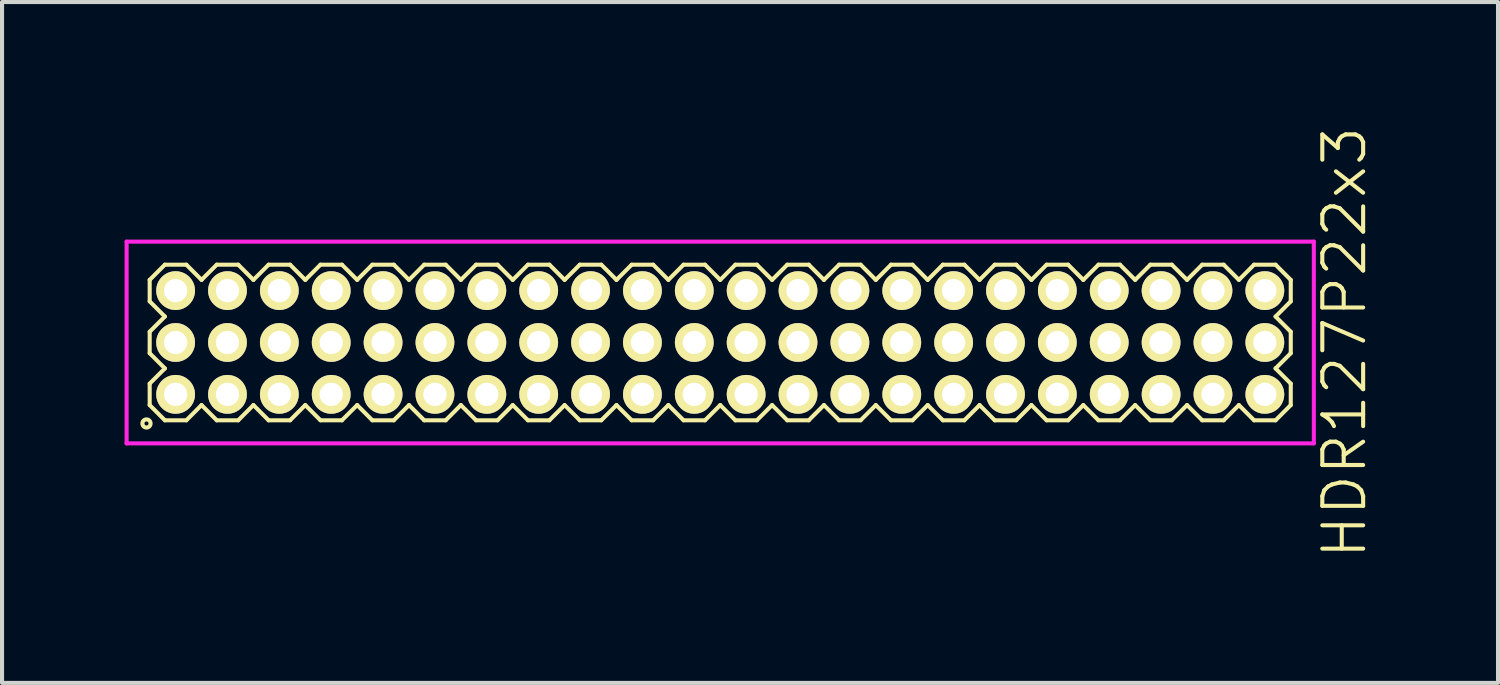
<source format=kicad_pcb>
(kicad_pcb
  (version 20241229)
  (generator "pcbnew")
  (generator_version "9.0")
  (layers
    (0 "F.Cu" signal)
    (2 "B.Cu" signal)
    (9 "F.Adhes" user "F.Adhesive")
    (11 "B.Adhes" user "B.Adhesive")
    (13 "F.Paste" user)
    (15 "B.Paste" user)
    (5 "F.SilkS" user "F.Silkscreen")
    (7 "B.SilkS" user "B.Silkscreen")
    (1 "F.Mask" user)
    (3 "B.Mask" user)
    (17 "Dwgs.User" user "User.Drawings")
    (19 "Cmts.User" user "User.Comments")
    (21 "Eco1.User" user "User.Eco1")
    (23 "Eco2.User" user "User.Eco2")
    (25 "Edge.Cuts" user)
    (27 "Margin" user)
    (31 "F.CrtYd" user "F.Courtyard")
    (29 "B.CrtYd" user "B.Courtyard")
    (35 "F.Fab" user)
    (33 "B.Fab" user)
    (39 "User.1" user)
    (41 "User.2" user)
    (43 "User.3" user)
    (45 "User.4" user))
  (footprint "HDR127P22x3"
    (layer "F.Cu")
    (at 14.585 5.336)
    (property "Reference" "HDR127P22x3" (at 15.285 0 90) (layer "F.SilkS") (effects (font (size 1 1) (thickness 0.1))))
    (attr through_hole)
    (fp_line (start -13.97 -1.533) (end -13.598 -1.905) (stroke (width 0.1) (type solid)) (layer "F.SilkS"))
    (fp_line (start -13.97 -1.007) (end -13.97 -1.533) (stroke (width 0.1) (type solid)) (layer "F.SilkS"))
    (fp_line (start -13.97 -0.263) (end -13.598 -0.635) (stroke (width 0.1) (type solid)) (layer "F.SilkS"))
    (fp_line (start -13.97 0.263) (end -13.97 -0.263) (stroke (width 0.1) (type solid)) (layer "F.SilkS"))
    (fp_line (start -13.97 1.007) (end -13.598 0.635) (stroke (width 0.1) (type solid)) (layer "F.SilkS"))
    (fp_line (start -13.97 1.533) (end -13.97 1.007) (stroke (width 0.1) (type solid)) (layer "F.SilkS"))
    (fp_line (start -13.598 -1.905) (end -13.072 -1.905) (stroke (width 0.1) (type solid)) (layer "F.SilkS"))
    (fp_line (start -13.598 -0.635) (end -13.97 -1.007) (stroke (width 0.1) (type solid)) (layer "F.SilkS"))
    (fp_line (start -13.598 0.635) (end -13.97 0.263) (stroke (width 0.1) (type solid)) (layer "F.SilkS"))
    (fp_line (start -13.598 1.905) (end -13.97 1.533) (stroke (width 0.1) (type solid)) (layer "F.SilkS"))
    (fp_line (start -13.072 -1.905) (end -12.7 -1.533) (stroke (width 0.1) (type solid)) (layer "F.SilkS"))
    (fp_line (start -13.072 1.905) (end -13.598 1.905) (stroke (width 0.1) (type solid)) (layer "F.SilkS"))
    (fp_line (start -12.7 -1.533) (end -12.328 -1.905) (stroke (width 0.1) (type solid)) (layer "F.SilkS"))
    (fp_line (start -12.7 1.533) (end -13.072 1.905) (stroke (width 0.1) (type solid)) (layer "F.SilkS"))
    (fp_line (start -12.328 -1.905) (end -11.802 -1.905) (stroke (width 0.1) (type solid)) (layer "F.SilkS"))
    (fp_line (start -12.328 1.905) (end -12.7 1.533) (stroke (width 0.1) (type solid)) (layer "F.SilkS"))
    (fp_line (start -11.802 -1.905) (end -11.43 -1.533) (stroke (width 0.1) (type solid)) (layer "F.SilkS"))
    (fp_line (start -11.802 1.905) (end -12.328 1.905) (stroke (width 0.1) (type solid)) (layer "F.SilkS"))
    (fp_line (start -11.43 -1.533) (end -11.058 -1.905) (stroke (width 0.1) (type solid)) (layer "F.SilkS"))
    (fp_line (start -11.43 1.533) (end -11.802 1.905) (stroke (width 0.1) (type solid)) (layer "F.SilkS"))
    (fp_line (start -11.058 -1.905) (end -10.532 -1.905) (stroke (width 0.1) (type solid)) (layer "F.SilkS"))
    (fp_line (start -11.058 1.905) (end -11.43 1.533) (stroke (width 0.1) (type solid)) (layer "F.SilkS"))
    (fp_line (start -10.532 -1.905) (end -10.16 -1.533) (stroke (width 0.1) (type solid)) (layer "F.SilkS"))
    (fp_line (start -10.532 1.905) (end -11.058 1.905) (stroke (width 0.1) (type solid)) (layer "F.SilkS"))
    (fp_line (start -10.16 -1.533) (end -9.788 -1.905) (stroke (width 0.1) (type solid)) (layer "F.SilkS"))
    (fp_line (start -10.16 1.533) (end -10.532 1.905) (stroke (width 0.1) (type solid)) (layer "F.SilkS"))
    (fp_line (start -9.788 -1.905) (end -9.262 -1.905) (stroke (width 0.1) (type solid)) (layer "F.SilkS"))
    (fp_line (start -9.788 1.905) (end -10.16 1.533) (stroke (width 0.1) (type solid)) (layer "F.SilkS"))
    (fp_line (start -9.262 -1.905) (end -8.89 -1.533) (stroke (width 0.1) (type solid)) (layer "F.SilkS"))
    (fp_line (start -9.262 1.905) (end -9.788 1.905) (stroke (width 0.1) (type solid)) (layer "F.SilkS"))
    (fp_line (start -8.89 -1.533) (end -8.518 -1.905) (stroke (width 0.1) (type solid)) (layer "F.SilkS"))
    (fp_line (start -8.89 1.533) (end -9.262 1.905) (stroke (width 0.1) (type solid)) (layer "F.SilkS"))
    (fp_line (start -8.518 -1.905) (end -7.992 -1.905) (stroke (width 0.1) (type solid)) (layer "F.SilkS"))
    (fp_line (start -8.518 1.905) (end -8.89 1.533) (stroke (width 0.1) (type solid)) (layer "F.SilkS"))
    (fp_line (start -7.992 -1.905) (end -7.62 -1.533) (stroke (width 0.1) (type solid)) (layer "F.SilkS"))
    (fp_line (start -7.992 1.905) (end -8.518 1.905) (stroke (width 0.1) (type solid)) (layer "F.SilkS"))
    (fp_line (start -7.62 -1.533) (end -7.248 -1.905) (stroke (width 0.1) (type solid)) (layer "F.SilkS"))
    (fp_line (start -7.62 1.533) (end -7.992 1.905) (stroke (width 0.1) (type solid)) (layer "F.SilkS"))
    (fp_line (start -7.248 -1.905) (end -6.722 -1.905) (stroke (width 0.1) (type solid)) (layer "F.SilkS"))
    (fp_line (start -7.248 1.905) (end -7.62 1.533) (stroke (width 0.1) (type solid)) (layer "F.SilkS"))
    (fp_line (start -6.722 -1.905) (end -6.35 -1.533) (stroke (width 0.1) (type solid)) (layer "F.SilkS"))
    (fp_line (start -6.722 1.905) (end -7.248 1.905) (stroke (width 0.1) (type solid)) (layer "F.SilkS"))
    (fp_line (start -6.35 -1.533) (end -5.978 -1.905) (stroke (width 0.1) (type solid)) (layer "F.SilkS"))
    (fp_line (start -6.35 1.533) (end -6.722 1.905) (stroke (width 0.1) (type solid)) (layer "F.SilkS"))
    (fp_line (start -5.978 -1.905) (end -5.452 -1.905) (stroke (width 0.1) (type solid)) (layer "F.SilkS"))
    (fp_line (start -5.978 1.905) (end -6.35 1.533) (stroke (width 0.1) (type solid)) (layer "F.SilkS"))
    (fp_line (start -5.452 -1.905) (end -5.08 -1.533) (stroke (width 0.1) (type solid)) (layer "F.SilkS"))
    (fp_line (start -5.452 1.905) (end -5.978 1.905) (stroke (width 0.1) (type solid)) (layer "F.SilkS"))
    (fp_line (start -5.08 -1.533) (end -4.708 -1.905) (stroke (width 0.1) (type solid)) (layer "F.SilkS"))
    (fp_line (start -5.08 1.533) (end -5.452 1.905) (stroke (width 0.1) (type solid)) (layer "F.SilkS"))
    (fp_line (start -4.708 -1.905) (end -4.182 -1.905) (stroke (width 0.1) (type solid)) (layer "F.SilkS"))
    (fp_line (start -4.708 1.905) (end -5.08 1.533) (stroke (width 0.1) (type solid)) (layer "F.SilkS"))
    (fp_line (start -4.182 -1.905) (end -3.81 -1.533) (stroke (width 0.1) (type solid)) (layer "F.SilkS"))
    (fp_line (start -4.182 1.905) (end -4.708 1.905) (stroke (width 0.1) (type solid)) (layer "F.SilkS"))
    (fp_line (start -3.81 -1.533) (end -3.438 -1.905) (stroke (width 0.1) (type solid)) (layer "F.SilkS"))
    (fp_line (start -3.81 1.533) (end -4.182 1.905) (stroke (width 0.1) (type solid)) (layer "F.SilkS"))
    (fp_line (start -3.438 -1.905) (end -2.912 -1.905) (stroke (width 0.1) (type solid)) (layer "F.SilkS"))
    (fp_line (start -3.438 1.905) (end -3.81 1.533) (stroke (width 0.1) (type solid)) (layer "F.SilkS"))
    (fp_line (start -2.912 -1.905) (end -2.54 -1.533) (stroke (width 0.1) (type solid)) (layer "F.SilkS"))
    (fp_line (start -2.912 1.905) (end -3.438 1.905) (stroke (width 0.1) (type solid)) (layer "F.SilkS"))
    (fp_line (start -2.54 -1.533) (end -2.168 -1.905) (stroke (width 0.1) (type solid)) (layer "F.SilkS"))
    (fp_line (start -2.54 1.533) (end -2.912 1.905) (stroke (width 0.1) (type solid)) (layer "F.SilkS"))
    (fp_line (start -2.168 -1.905) (end -1.642 -1.905) (stroke (width 0.1) (type solid)) (layer "F.SilkS"))
    (fp_line (start -2.168 1.905) (end -2.54 1.533) (stroke (width 0.1) (type solid)) (layer "F.SilkS"))
    (fp_line (start -1.642 -1.905) (end -1.27 -1.533) (stroke (width 0.1) (type solid)) (layer "F.SilkS"))
    (fp_line (start -1.642 1.905) (end -2.168 1.905) (stroke (width 0.1) (type solid)) (layer "F.SilkS"))
    (fp_line (start -1.27 -1.533) (end -0.898 -1.905) (stroke (width 0.1) (type solid)) (layer "F.SilkS"))
    (fp_line (start -1.27 1.533) (end -1.642 1.905) (stroke (width 0.1) (type solid)) (layer "F.SilkS"))
    (fp_line (start -0.898 -1.905) (end -0.372 -1.905) (stroke (width 0.1) (type solid)) (layer "F.SilkS"))
    (fp_line (start -0.898 1.905) (end -1.27 1.533) (stroke (width 0.1) (type solid)) (layer "F.SilkS"))
    (fp_line (start -0.372 -1.905) (end 0 -1.533) (stroke (width 0.1) (type solid)) (layer "F.SilkS"))
    (fp_line (start -0.372 1.905) (end -0.898 1.905) (stroke (width 0.1) (type solid)) (layer "F.SilkS"))
    (fp_line (start 0 -1.533) (end 0.372 -1.905) (stroke (width 0.1) (type solid)) (layer "F.SilkS"))
    (fp_line (start 0 1.533) (end -0.372 1.905) (stroke (width 0.1) (type solid)) (layer "F.SilkS"))
    (fp_line (start 0.372 -1.905) (end 0.898 -1.905) (stroke (width 0.1) (type solid)) (layer "F.SilkS"))
    (fp_line (start 0.372 1.905) (end 0 1.533) (stroke (width 0.1) (type solid)) (layer "F.SilkS"))
    (fp_line (start 0.898 -1.905) (end 1.27 -1.533) (stroke (width 0.1) (type solid)) (layer "F.SilkS"))
    (fp_line (start 0.898 1.905) (end 0.372 1.905) (stroke (width 0.1) (type solid)) (layer "F.SilkS"))
    (fp_line (start 1.27 -1.533) (end 1.642 -1.905) (stroke (width 0.1) (type solid)) (layer "F.SilkS"))
    (fp_line (start 1.27 1.533) (end 0.898 1.905) (stroke (width 0.1) (type solid)) (layer "F.SilkS"))
    (fp_line (start 1.642 -1.905) (end 2.168 -1.905) (stroke (width 0.1) (type solid)) (layer "F.SilkS"))
    (fp_line (start 1.642 1.905) (end 1.27 1.533) (stroke (width 0.1) (type solid)) (layer "F.SilkS"))
    (fp_line (start 2.168 -1.905) (end 2.54 -1.533) (stroke (width 0.1) (type solid)) (layer "F.SilkS"))
    (fp_line (start 2.168 1.905) (end 1.642 1.905) (stroke (width 0.1) (type solid)) (layer "F.SilkS"))
    (fp_line (start 2.54 -1.533) (end 2.912 -1.905) (stroke (width 0.1) (type solid)) (layer "F.SilkS"))
    (fp_line (start 2.54 1.533) (end 2.168 1.905) (stroke (width 0.1) (type solid)) (layer "F.SilkS"))
    (fp_line (start 2.912 -1.905) (end 3.438 -1.905) (stroke (width 0.1) (type solid)) (layer "F.SilkS"))
    (fp_line (start 2.912 1.905) (end 2.54 1.533) (stroke (width 0.1) (type solid)) (layer "F.SilkS"))
    (fp_line (start 3.438 -1.905) (end 3.81 -1.533) (stroke (width 0.1) (type solid)) (layer "F.SilkS"))
    (fp_line (start 3.438 1.905) (end 2.912 1.905) (stroke (width 0.1) (type solid)) (layer "F.SilkS"))
    (fp_line (start 3.81 -1.533) (end 4.182 -1.905) (stroke (width 0.1) (type solid)) (layer "F.SilkS"))
    (fp_line (start 3.81 1.533) (end 3.438 1.905) (stroke (width 0.1) (type solid)) (layer "F.SilkS"))
    (fp_line (start 4.182 -1.905) (end 4.708 -1.905) (stroke (width 0.1) (type solid)) (layer "F.SilkS"))
    (fp_line (start 4.182 1.905) (end 3.81 1.533) (stroke (width 0.1) (type solid)) (layer "F.SilkS"))
    (fp_line (start 4.708 -1.905) (end 5.08 -1.533) (stroke (width 0.1) (type solid)) (layer "F.SilkS"))
    (fp_line (start 4.708 1.905) (end 4.182 1.905) (stroke (width 0.1) (type solid)) (layer "F.SilkS"))
    (fp_line (start 5.08 -1.533) (end 5.452 -1.905) (stroke (width 0.1) (type solid)) (layer "F.SilkS"))
    (fp_line (start 5.08 1.533) (end 4.708 1.905) (stroke (width 0.1) (type solid)) (layer "F.SilkS"))
    (fp_line (start 5.452 -1.905) (end 5.978 -1.905) (stroke (width 0.1) (type solid)) (layer "F.SilkS"))
    (fp_line (start 5.452 1.905) (end 5.08 1.533) (stroke (width 0.1) (type solid)) (layer "F.SilkS"))
    (fp_line (start 5.978 -1.905) (end 6.35 -1.533) (stroke (width 0.1) (type solid)) (layer "F.SilkS"))
    (fp_line (start 5.978 1.905) (end 5.452 1.905) (stroke (width 0.1) (type solid)) (layer "F.SilkS"))
    (fp_line (start 6.35 -1.533) (end 6.722 -1.905) (stroke (width 0.1) (type solid)) (layer "F.SilkS"))
    (fp_line (start 6.35 1.533) (end 5.978 1.905) (stroke (width 0.1) (type solid)) (layer "F.SilkS"))
    (fp_line (start 6.722 -1.905) (end 7.248 -1.905) (stroke (width 0.1) (type solid)) (layer "F.SilkS"))
    (fp_line (start 6.722 1.905) (end 6.35 1.533) (stroke (width 0.1) (type solid)) (layer "F.SilkS"))
    (fp_line (start 7.248 -1.905) (end 7.62 -1.533) (stroke (width 0.1) (type solid)) (layer "F.SilkS"))
    (fp_line (start 7.248 1.905) (end 6.722 1.905) (stroke (width 0.1) (type solid)) (layer "F.SilkS"))
    (fp_line (start 7.62 -1.533) (end 7.992 -1.905) (stroke (width 0.1) (type solid)) (layer "F.SilkS"))
    (fp_line (start 7.62 1.533) (end 7.248 1.905) (stroke (width 0.1) (type solid)) (layer "F.SilkS"))
    (fp_line (start 7.992 -1.905) (end 8.518 -1.905) (stroke (width 0.1) (type solid)) (layer "F.SilkS"))
    (fp_line (start 7.992 1.905) (end 7.62 1.533) (stroke (width 0.1) (type solid)) (layer "F.SilkS"))
    (fp_line (start 8.518 -1.905) (end 8.89 -1.533) (stroke (width 0.1) (type solid)) (layer "F.SilkS"))
    (fp_line (start 8.518 1.905) (end 7.992 1.905) (stroke (width 0.1) (type solid)) (layer "F.SilkS"))
    (fp_line (start 8.89 -1.533) (end 9.262 -1.905) (stroke (width 0.1) (type solid)) (layer "F.SilkS"))
    (fp_line (start 8.89 1.533) (end 8.518 1.905) (stroke (width 0.1) (type solid)) (layer "F.SilkS"))
    (fp_line (start 9.262 -1.905) (end 9.788 -1.905) (stroke (width 0.1) (type solid)) (layer "F.SilkS"))
    (fp_line (start 9.262 1.905) (end 8.89 1.533) (stroke (width 0.1) (type solid)) (layer "F.SilkS"))
    (fp_line (start 9.788 -1.905) (end 10.16 -1.533) (stroke (width 0.1) (type solid)) (layer "F.SilkS"))
    (fp_line (start 9.788 1.905) (end 9.262 1.905) (stroke (width 0.1) (type solid)) (layer "F.SilkS"))
    (fp_line (start 10.16 -1.533) (end 10.532 -1.905) (stroke (width 0.1) (type solid)) (layer "F.SilkS"))
    (fp_line (start 10.16 1.533) (end 9.788 1.905) (stroke (width 0.1) (type solid)) (layer "F.SilkS"))
    (fp_line (start 10.532 -1.905) (end 11.058 -1.905) (stroke (width 0.1) (type solid)) (layer "F.SilkS"))
    (fp_line (start 10.532 1.905) (end 10.16 1.533) (stroke (width 0.1) (type solid)) (layer "F.SilkS"))
    (fp_line (start 11.058 -1.905) (end 11.43 -1.533) (stroke (width 0.1) (type solid)) (layer "F.SilkS"))
    (fp_line (start 11.058 1.905) (end 10.532 1.905) (stroke (width 0.1) (type solid)) (layer "F.SilkS"))
    (fp_line (start 11.43 -1.533) (end 11.802 -1.905) (stroke (width 0.1) (type solid)) (layer "F.SilkS"))
    (fp_line (start 11.43 1.533) (end 11.058 1.905) (stroke (width 0.1) (type solid)) (layer "F.SilkS"))
    (fp_line (start 11.802 -1.905) (end 12.328 -1.905) (stroke (width 0.1) (type solid)) (layer "F.SilkS"))
    (fp_line (start 11.802 1.905) (end 11.43 1.533) (stroke (width 0.1) (type solid)) (layer "F.SilkS"))
    (fp_line (start 12.328 -1.905) (end 12.7 -1.533) (stroke (width 0.1) (type solid)) (layer "F.SilkS"))
    (fp_line (start 12.328 1.905) (end 11.802 1.905) (stroke (width 0.1) (type solid)) (layer "F.SilkS"))
    (fp_line (start 12.7 -1.533) (end 13.072 -1.905) (stroke (width 0.1) (type solid)) (layer "F.SilkS"))
    (fp_line (start 12.7 1.533) (end 12.328 1.905) (stroke (width 0.1) (type solid)) (layer "F.SilkS"))
    (fp_line (start 13.072 -1.905) (end 13.598 -1.905) (stroke (width 0.1) (type solid)) (layer "F.SilkS"))
    (fp_line (start 13.072 1.905) (end 12.7 1.533) (stroke (width 0.1) (type solid)) (layer "F.SilkS"))
    (fp_line (start 13.598 -1.905) (end 13.97 -1.533) (stroke (width 0.1) (type solid)) (layer "F.SilkS"))
    (fp_line (start 13.598 -0.635) (end 13.97 -0.263) (stroke (width 0.1) (type solid)) (layer "F.SilkS"))
    (fp_line (start 13.598 0.635) (end 13.97 1.007) (stroke (width 0.1) (type solid)) (layer "F.SilkS"))
    (fp_line (start 13.598 1.905) (end 13.072 1.905) (stroke (width 0.1) (type solid)) (layer "F.SilkS"))
    (fp_line (start 13.97 -1.533) (end 13.97 -1.007) (stroke (width 0.1) (type solid)) (layer "F.SilkS"))
    (fp_line (start 13.97 -1.007) (end 13.598 -0.635) (stroke (width 0.1) (type solid)) (layer "F.SilkS"))
    (fp_line (start 13.97 -0.263) (end 13.97 0.263) (stroke (width 0.1) (type solid)) (layer "F.SilkS"))
    (fp_line (start 13.97 0.263) (end 13.598 0.635) (stroke (width 0.1) (type solid)) (layer "F.SilkS"))
    (fp_line (start 13.97 1.007) (end 13.97 1.533) (stroke (width 0.1) (type solid)) (layer "F.SilkS"))
    (fp_line (start 13.97 1.533) (end 13.598 1.905) (stroke (width 0.1) (type solid)) (layer "F.SilkS"))
    (fp_circle (center -14.048 1.983) (end -13.948 1.983) (stroke (width 0.1) (type solid)) (fill no) (layer "F.SilkS"))
    (fp_line (start -14.535 -2.47) (end -14.535 2.47) (stroke (width 0.1) (type solid)) (layer "F.CrtYd"))
    (fp_line (start -14.535 2.47) (end 14.535 2.47) (stroke (width 0.1) (type solid)) (layer "F.CrtYd"))
    (fp_line (start 14.535 -2.47) (end -14.535 -2.47) (stroke (width 0.1) (type solid)) (layer "F.CrtYd"))
    (fp_line (start 14.535 2.47) (end 14.535 -2.47) (stroke (width 0.1) (type solid)) (layer "F.CrtYd"))
    (pad "1" thru_hole oval (at -13.335 1.27) (size 0.95 0.95) (drill 0.57) (layers "*.Cu" "*.Mask" "F.SilkS"))
    (pad "2" thru_hole oval (at -13.335 0) (size 0.95 0.95) (drill 0.57) (layers "*.Cu" "*.Mask" "F.SilkS"))
    (pad "3" thru_hole oval (at -13.335 -1.27) (size 0.95 0.95) (drill 0.57) (layers "*.Cu" "*.Mask" "F.SilkS"))
    (pad "4" thru_hole oval (at -12.065 1.27) (size 0.95 0.95) (drill 0.57) (layers "*.Cu" "*.Mask" "F.SilkS"))
    (pad "5" thru_hole oval (at -12.065 0) (size 0.95 0.95) (drill 0.57) (layers "*.Cu" "*.Mask" "F.SilkS"))
    (pad "6" thru_hole oval (at -12.065 -1.27) (size 0.95 0.95) (drill 0.57) (layers "*.Cu" "*.Mask" "F.SilkS"))
    (pad "7" thru_hole oval (at -10.795 1.27) (size 0.95 0.95) (drill 0.57) (layers "*.Cu" "*.Mask" "F.SilkS"))
    (pad "8" thru_hole oval (at -10.795 0) (size 0.95 0.95) (drill 0.57) (layers "*.Cu" "*.Mask" "F.SilkS"))
    (pad "9" thru_hole oval (at -10.795 -1.27) (size 0.95 0.95) (drill 0.57) (layers "*.Cu" "*.Mask" "F.SilkS"))
    (pad "10" thru_hole oval (at -9.525 1.27) (size 0.95 0.95) (drill 0.57) (layers "*.Cu" "*.Mask" "F.SilkS"))
    (pad "11" thru_hole oval (at -9.525 0) (size 0.95 0.95) (drill 0.57) (layers "*.Cu" "*.Mask" "F.SilkS"))
    (pad "12" thru_hole oval (at -9.525 -1.27) (size 0.95 0.95) (drill 0.57) (layers "*.Cu" "*.Mask" "F.SilkS"))
    (pad "13" thru_hole oval (at -8.255 1.27) (size 0.95 0.95) (drill 0.57) (layers "*.Cu" "*.Mask" "F.SilkS"))
    (pad "14" thru_hole oval (at -8.255 0) (size 0.95 0.95) (drill 0.57) (layers "*.Cu" "*.Mask" "F.SilkS"))
    (pad "15" thru_hole oval (at -8.255 -1.27) (size 0.95 0.95) (drill 0.57) (layers "*.Cu" "*.Mask" "F.SilkS"))
    (pad "16" thru_hole oval (at -6.985 1.27) (size 0.95 0.95) (drill 0.57) (layers "*.Cu" "*.Mask" "F.SilkS"))
    (pad "17" thru_hole oval (at -6.985 0) (size 0.95 0.95) (drill 0.57) (layers "*.Cu" "*.Mask" "F.SilkS"))
    (pad "18" thru_hole oval (at -6.985 -1.27) (size 0.95 0.95) (drill 0.57) (layers "*.Cu" "*.Mask" "F.SilkS"))
    (pad "19" thru_hole oval (at -5.715 1.27) (size 0.95 0.95) (drill 0.57) (layers "*.Cu" "*.Mask" "F.SilkS"))
    (pad "20" thru_hole oval (at -5.715 0) (size 0.95 0.95) (drill 0.57) (layers "*.Cu" "*.Mask" "F.SilkS"))
    (pad "21" thru_hole oval (at -5.715 -1.27) (size 0.95 0.95) (drill 0.57) (layers "*.Cu" "*.Mask" "F.SilkS"))
    (pad "22" thru_hole oval (at -4.445 1.27) (size 0.95 0.95) (drill 0.57) (layers "*.Cu" "*.Mask" "F.SilkS"))
    (pad "23" thru_hole oval (at -4.445 0) (size 0.95 0.95) (drill 0.57) (layers "*.Cu" "*.Mask" "F.SilkS"))
    (pad "24" thru_hole oval (at -4.445 -1.27) (size 0.95 0.95) (drill 0.57) (layers "*.Cu" "*.Mask" "F.SilkS"))
    (pad "25" thru_hole oval (at -3.175 1.27) (size 0.95 0.95) (drill 0.57) (layers "*.Cu" "*.Mask" "F.SilkS"))
    (pad "26" thru_hole oval (at -3.175 0) (size 0.95 0.95) (drill 0.57) (layers "*.Cu" "*.Mask" "F.SilkS"))
    (pad "27" thru_hole oval (at -3.175 -1.27) (size 0.95 0.95) (drill 0.57) (layers "*.Cu" "*.Mask" "F.SilkS"))
    (pad "28" thru_hole oval (at -1.905 1.27) (size 0.95 0.95) (drill 0.57) (layers "*.Cu" "*.Mask" "F.SilkS"))
    (pad "29" thru_hole oval (at -1.905 0) (size 0.95 0.95) (drill 0.57) (layers "*.Cu" "*.Mask" "F.SilkS"))
    (pad "30" thru_hole oval (at -1.905 -1.27) (size 0.95 0.95) (drill 0.57) (layers "*.Cu" "*.Mask" "F.SilkS"))
    (pad "31" thru_hole oval (at -0.635 1.27) (size 0.95 0.95) (drill 0.57) (layers "*.Cu" "*.Mask" "F.SilkS"))
    (pad "32" thru_hole oval (at -0.635 0) (size 0.95 0.95) (drill 0.57) (layers "*.Cu" "*.Mask" "F.SilkS"))
    (pad "33" thru_hole oval (at -0.635 -1.27) (size 0.95 0.95) (drill 0.57) (layers "*.Cu" "*.Mask" "F.SilkS"))
    (pad "34" thru_hole oval (at 0.635 1.27) (size 0.95 0.95) (drill 0.57) (layers "*.Cu" "*.Mask" "F.SilkS"))
    (pad "35" thru_hole oval (at 0.635 0) (size 0.95 0.95) (drill 0.57) (layers "*.Cu" "*.Mask" "F.SilkS"))
    (pad "36" thru_hole oval (at 0.635 -1.27) (size 0.95 0.95) (drill 0.57) (layers "*.Cu" "*.Mask" "F.SilkS"))
    (pad "37" thru_hole oval (at 1.905 1.27) (size 0.95 0.95) (drill 0.57) (layers "*.Cu" "*.Mask" "F.SilkS"))
    (pad "38" thru_hole oval (at 1.905 0) (size 0.95 0.95) (drill 0.57) (layers "*.Cu" "*.Mask" "F.SilkS"))
    (pad "39" thru_hole oval (at 1.905 -1.27) (size 0.95 0.95) (drill 0.57) (layers "*.Cu" "*.Mask" "F.SilkS"))
    (pad "40" thru_hole oval (at 3.175 1.27) (size 0.95 0.95) (drill 0.57) (layers "*.Cu" "*.Mask" "F.SilkS"))
    (pad "41" thru_hole oval (at 3.175 0) (size 0.95 0.95) (drill 0.57) (layers "*.Cu" "*.Mask" "F.SilkS"))
    (pad "42" thru_hole oval (at 3.175 -1.27) (size 0.95 0.95) (drill 0.57) (layers "*.Cu" "*.Mask" "F.SilkS"))
    (pad "43" thru_hole oval (at 4.445 1.27) (size 0.95 0.95) (drill 0.57) (layers "*.Cu" "*.Mask" "F.SilkS"))
    (pad "44" thru_hole oval (at 4.445 0) (size 0.95 0.95) (drill 0.57) (layers "*.Cu" "*.Mask" "F.SilkS"))
    (pad "45" thru_hole oval (at 4.445 -1.27) (size 0.95 0.95) (drill 0.57) (layers "*.Cu" "*.Mask" "F.SilkS"))
    (pad "46" thru_hole oval (at 5.715 1.27) (size 0.95 0.95) (drill 0.57) (layers "*.Cu" "*.Mask" "F.SilkS"))
    (pad "47" thru_hole oval (at 5.715 0) (size 0.95 0.95) (drill 0.57) (layers "*.Cu" "*.Mask" "F.SilkS"))
    (pad "48" thru_hole oval (at 5.715 -1.27) (size 0.95 0.95) (drill 0.57) (layers "*.Cu" "*.Mask" "F.SilkS"))
    (pad "49" thru_hole oval (at 6.985 1.27) (size 0.95 0.95) (drill 0.57) (layers "*.Cu" "*.Mask" "F.SilkS"))
    (pad "50" thru_hole oval (at 6.985 0) (size 0.95 0.95) (drill 0.57) (layers "*.Cu" "*.Mask" "F.SilkS"))
    (pad "51" thru_hole oval (at 6.985 -1.27) (size 0.95 0.95) (drill 0.57) (layers "*.Cu" "*.Mask" "F.SilkS"))
    (pad "52" thru_hole oval (at 8.255 1.27) (size 0.95 0.95) (drill 0.57) (layers "*.Cu" "*.Mask" "F.SilkS"))
    (pad "53" thru_hole oval (at 8.255 0) (size 0.95 0.95) (drill 0.57) (layers "*.Cu" "*.Mask" "F.SilkS"))
    (pad "54" thru_hole oval (at 8.255 -1.27) (size 0.95 0.95) (drill 0.57) (layers "*.Cu" "*.Mask" "F.SilkS"))
    (pad "55" thru_hole oval (at 9.525 1.27) (size 0.95 0.95) (drill 0.57) (layers "*.Cu" "*.Mask" "F.SilkS"))
    (pad "56" thru_hole oval (at 9.525 0) (size 0.95 0.95) (drill 0.57) (layers "*.Cu" "*.Mask" "F.SilkS"))
    (pad "57" thru_hole oval (at 9.525 -1.27) (size 0.95 0.95) (drill 0.57) (layers "*.Cu" "*.Mask" "F.SilkS"))
    (pad "58" thru_hole oval (at 10.795 1.27) (size 0.95 0.95) (drill 0.57) (layers "*.Cu" "*.Mask" "F.SilkS"))
    (pad "59" thru_hole oval (at 10.795 0) (size 0.95 0.95) (drill 0.57) (layers "*.Cu" "*.Mask" "F.SilkS"))
    (pad "60" thru_hole oval (at 10.795 -1.27) (size 0.95 0.95) (drill 0.57) (layers "*.Cu" "*.Mask" "F.SilkS"))
    (pad "61" thru_hole oval (at 12.065 1.27) (size 0.95 0.95) (drill 0.57) (layers "*.Cu" "*.Mask" "F.SilkS"))
    (pad "62" thru_hole oval (at 12.065 0) (size 0.95 0.95) (drill 0.57) (layers "*.Cu" "*.Mask" "F.SilkS"))
    (pad "63" thru_hole oval (at 12.065 -1.27) (size 0.95 0.95) (drill 0.57) (layers "*.Cu" "*.Mask" "F.SilkS"))
    (pad "64" thru_hole oval (at 13.335 1.27) (size 0.95 0.95) (drill 0.57) (layers "*.Cu" "*.Mask" "F.SilkS"))
    (pad "65" thru_hole oval (at 13.335 0) (size 0.95 0.95) (drill 0.57) (layers "*.Cu" "*.Mask" "F.SilkS"))
    (pad "66" thru_hole oval (at 13.335 -1.27) (size 0.95 0.95) (drill 0.57) (layers "*.Cu" "*.Mask" "F.SilkS")))
  (gr_rect
    (start -3 -3)
    (end 33.63 13.671)
    (stroke (width 0.1) (type default))
    (fill no)
    (layer "Edge.Cuts")))
</source>
